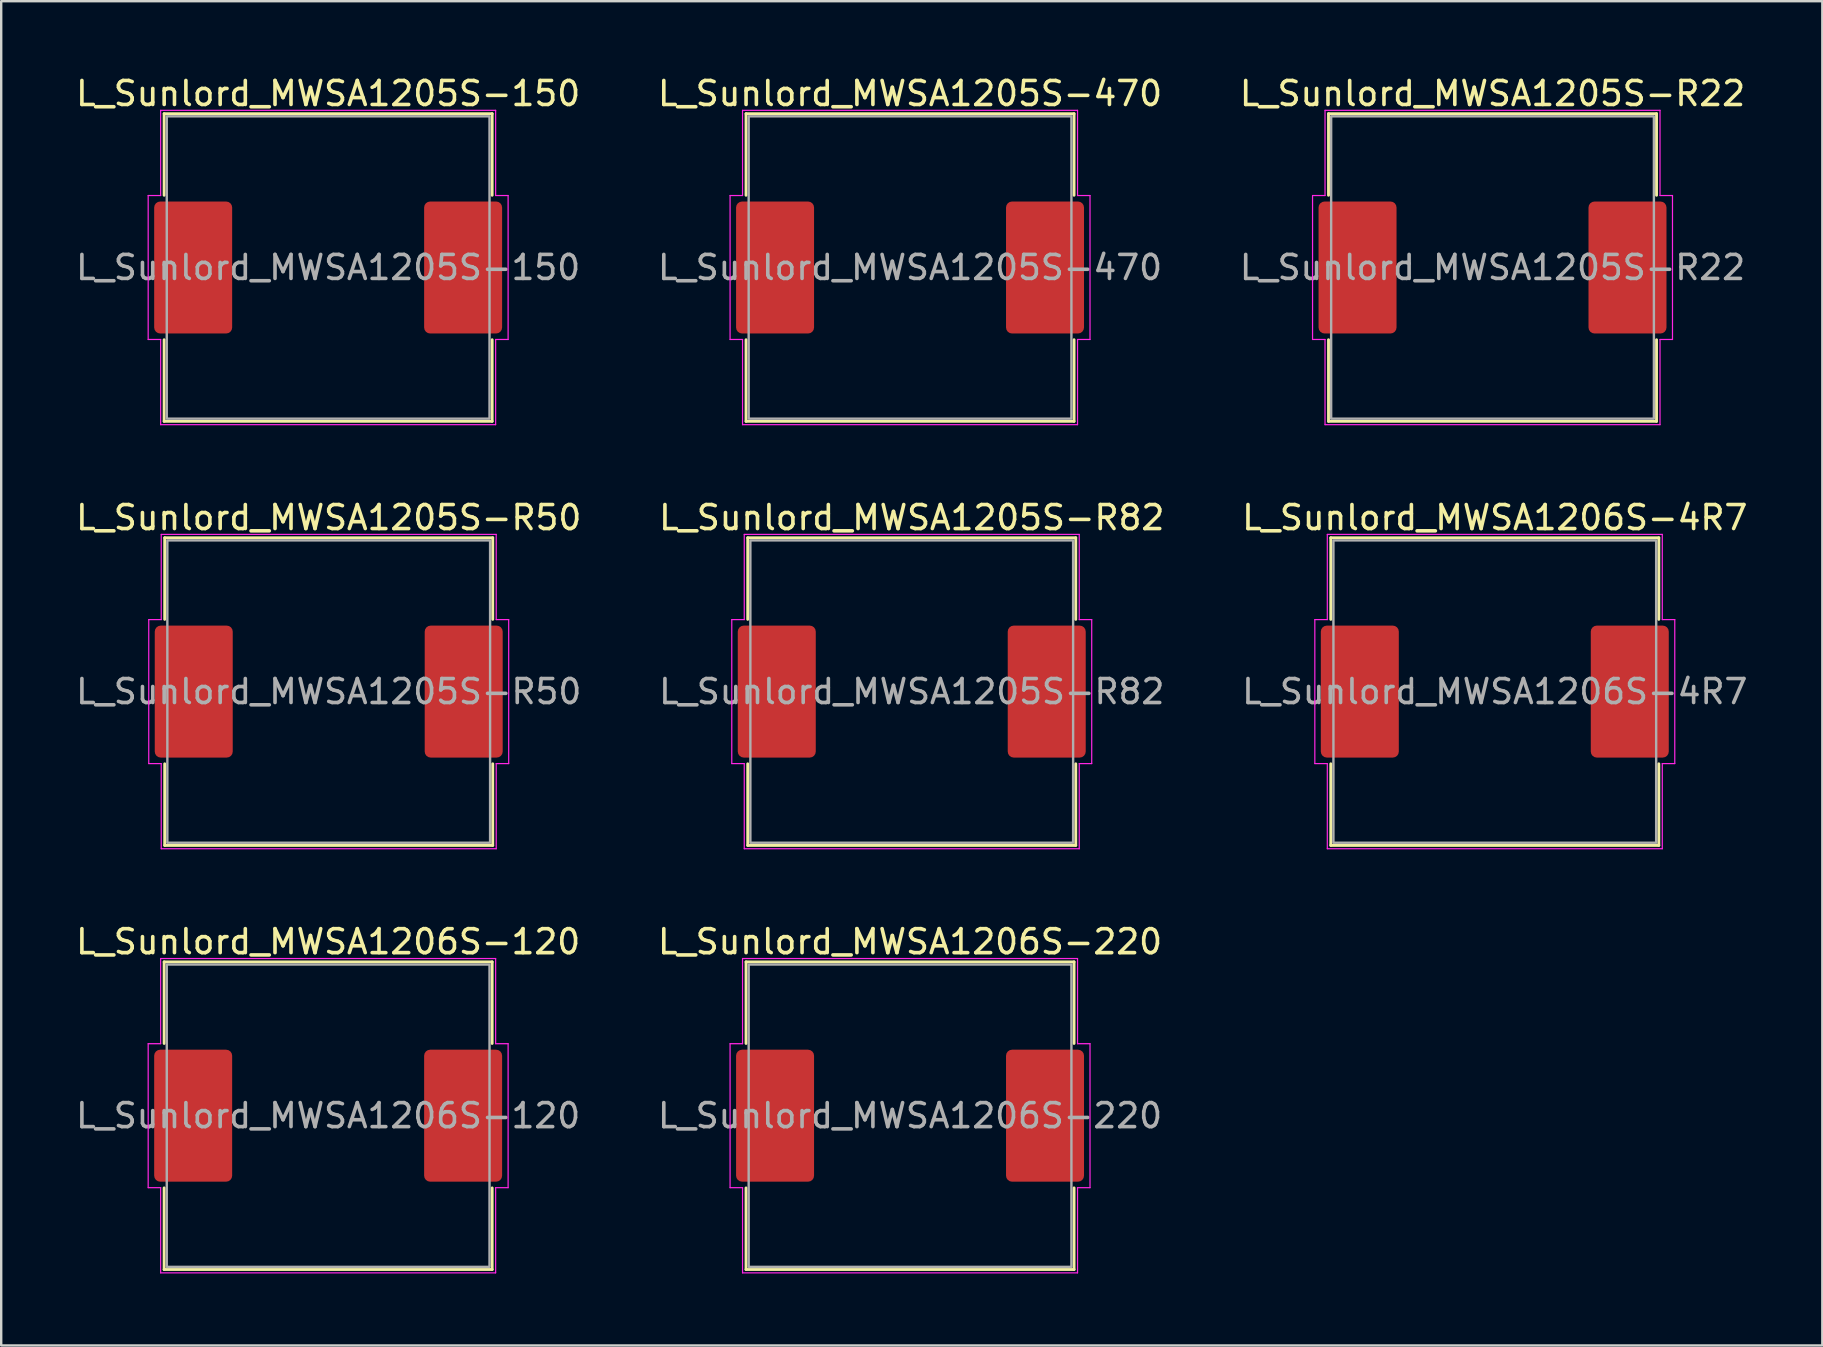
<source format=kicad_pcb>
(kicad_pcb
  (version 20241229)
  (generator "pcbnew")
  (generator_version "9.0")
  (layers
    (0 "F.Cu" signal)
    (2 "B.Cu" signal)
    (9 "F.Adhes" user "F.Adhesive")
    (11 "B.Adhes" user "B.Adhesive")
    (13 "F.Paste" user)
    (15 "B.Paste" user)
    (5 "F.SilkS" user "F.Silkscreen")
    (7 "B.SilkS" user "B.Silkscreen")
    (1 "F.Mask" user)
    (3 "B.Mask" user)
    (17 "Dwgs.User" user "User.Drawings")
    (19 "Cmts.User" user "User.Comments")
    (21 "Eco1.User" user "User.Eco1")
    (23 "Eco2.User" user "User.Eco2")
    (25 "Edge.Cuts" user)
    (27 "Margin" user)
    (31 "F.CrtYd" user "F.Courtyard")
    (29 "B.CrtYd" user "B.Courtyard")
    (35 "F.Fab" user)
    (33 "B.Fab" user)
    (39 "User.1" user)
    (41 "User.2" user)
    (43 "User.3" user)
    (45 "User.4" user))
  (footprint "L_Sunlord_MWSA1205S-150"
    (layer "F.Cu")
    (at 10.625 8.098)
    (property "Reference" "L_Sunlord_MWSA1205S-150" (at 0 -7.25 0) (layer "F.SilkS") (effects (font (size 1 1) (thickness 0.15))))
    (attr smd)
    (fp_line (start -6.835 -6.41) (end 6.835 -6.41) (stroke (width 0.12) (type solid)) (layer "F.SilkS"))
    (fp_line (start -6.835 -3.01) (end -6.835 -6.41) (stroke (width 0.12) (type solid)) (layer "F.SilkS"))
    (fp_line (start -6.835 6.41) (end -6.835 3.01) (stroke (width 0.12) (type solid)) (layer "F.SilkS"))
    (fp_line (start 6.835 -6.41) (end 6.835 -3.01) (stroke (width 0.12) (type solid)) (layer "F.SilkS"))
    (fp_line (start 6.835 3.01) (end 6.835 6.41) (stroke (width 0.12) (type solid)) (layer "F.SilkS"))
    (fp_line (start 6.835 6.41) (end -6.835 6.41) (stroke (width 0.12) (type solid)) (layer "F.SilkS"))
    (fp_line (start -7.5 -3) (end -6.98 -3) (stroke (width 0.05) (type solid)) (layer "F.CrtYd"))
    (fp_line (start -7.5 3) (end -7.5 -3) (stroke (width 0.05) (type solid)) (layer "F.CrtYd"))
    (fp_line (start -6.98 -6.55) (end 6.98 -6.55) (stroke (width 0.05) (type solid)) (layer "F.CrtYd"))
    (fp_line (start -6.98 -3) (end -6.98 -6.55) (stroke (width 0.05) (type solid)) (layer "F.CrtYd"))
    (fp_line (start -6.98 3) (end -7.5 3) (stroke (width 0.05) (type solid)) (layer "F.CrtYd"))
    (fp_line (start -6.98 6.55) (end -6.98 3) (stroke (width 0.05) (type solid)) (layer "F.CrtYd"))
    (fp_line (start 6.98 -6.55) (end 6.98 -3) (stroke (width 0.05) (type solid)) (layer "F.CrtYd"))
    (fp_line (start 6.98 -3) (end 7.5 -3) (stroke (width 0.05) (type solid)) (layer "F.CrtYd"))
    (fp_line (start 6.98 3) (end 6.98 6.55) (stroke (width 0.05) (type solid)) (layer "F.CrtYd"))
    (fp_line (start 6.98 6.55) (end -6.98 6.55) (stroke (width 0.05) (type solid)) (layer "F.CrtYd"))
    (fp_line (start 7.5 -3) (end 7.5 3) (stroke (width 0.05) (type solid)) (layer "F.CrtYd"))
    (fp_line (start 7.5 3) (end 6.98 3) (stroke (width 0.05) (type solid)) (layer "F.CrtYd"))
    (fp_rect (start -6.725 -6.3) (end 6.725 6.3) (stroke (width 0.1) (type solid)) (fill no) (layer "F.Fab"))
    (fp_text user "${REFERENCE}" (at 0 0 0) (layer "F.Fab") (effects (font (size 1 1) (thickness 0.15))))
    (pad "1" smd roundrect (at -5.625 0) (size 3.25 5.5) (layers "F.Cu" "F.Mask" "F.Paste") (roundrect_rratio 0.077))
    (pad "2" smd roundrect (at 5.625 0) (size 3.25 5.5) (layers "F.Cu" "F.Mask" "F.Paste") (roundrect_rratio 0.077)))
  (footprint "L_Sunlord_MWSA1206S-120"
    (layer "F.Cu")
    (at 10.625 43.445)
    (property "Reference" "L_Sunlord_MWSA1206S-120" (at 0 -7.25 0) (layer "F.SilkS") (effects (font (size 1 1) (thickness 0.15))))
    (attr smd)
    (fp_line (start -6.835 -6.41) (end 6.835 -6.41) (stroke (width 0.12) (type solid)) (layer "F.SilkS"))
    (fp_line (start -6.835 -3.01) (end -6.835 -6.41) (stroke (width 0.12) (type solid)) (layer "F.SilkS"))
    (fp_line (start -6.835 6.41) (end -6.835 3.01) (stroke (width 0.12) (type solid)) (layer "F.SilkS"))
    (fp_line (start 6.835 -6.41) (end 6.835 -3.01) (stroke (width 0.12) (type solid)) (layer "F.SilkS"))
    (fp_line (start 6.835 3.01) (end 6.835 6.41) (stroke (width 0.12) (type solid)) (layer "F.SilkS"))
    (fp_line (start 6.835 6.41) (end -6.835 6.41) (stroke (width 0.12) (type solid)) (layer "F.SilkS"))
    (fp_line (start -7.5 -3) (end -6.98 -3) (stroke (width 0.05) (type solid)) (layer "F.CrtYd"))
    (fp_line (start -7.5 3) (end -7.5 -3) (stroke (width 0.05) (type solid)) (layer "F.CrtYd"))
    (fp_line (start -6.98 -6.55) (end 6.98 -6.55) (stroke (width 0.05) (type solid)) (layer "F.CrtYd"))
    (fp_line (start -6.98 -3) (end -6.98 -6.55) (stroke (width 0.05) (type solid)) (layer "F.CrtYd"))
    (fp_line (start -6.98 3) (end -7.5 3) (stroke (width 0.05) (type solid)) (layer "F.CrtYd"))
    (fp_line (start -6.98 6.55) (end -6.98 3) (stroke (width 0.05) (type solid)) (layer "F.CrtYd"))
    (fp_line (start 6.98 -6.55) (end 6.98 -3) (stroke (width 0.05) (type solid)) (layer "F.CrtYd"))
    (fp_line (start 6.98 -3) (end 7.5 -3) (stroke (width 0.05) (type solid)) (layer "F.CrtYd"))
    (fp_line (start 6.98 3) (end 6.98 6.55) (stroke (width 0.05) (type solid)) (layer "F.CrtYd"))
    (fp_line (start 6.98 6.55) (end -6.98 6.55) (stroke (width 0.05) (type solid)) (layer "F.CrtYd"))
    (fp_line (start 7.5 -3) (end 7.5 3) (stroke (width 0.05) (type solid)) (layer "F.CrtYd"))
    (fp_line (start 7.5 3) (end 6.98 3) (stroke (width 0.05) (type solid)) (layer "F.CrtYd"))
    (fp_rect (start -6.725 -6.3) (end 6.725 6.3) (stroke (width 0.1) (type solid)) (fill no) (layer "F.Fab"))
    (fp_text user "${REFERENCE}" (at 0 0 0) (layer "F.Fab") (effects (font (size 1 1) (thickness 0.15))))
    (pad "1" smd roundrect (at -5.625 0) (size 3.25 5.5) (layers "F.Cu" "F.Mask" "F.Paste") (roundrect_rratio 0.077))
    (pad "2" smd roundrect (at 5.625 0) (size 3.25 5.5) (layers "F.Cu" "F.Mask" "F.Paste") (roundrect_rratio 0.077)))
  (footprint "L_Sunlord_MWSA1205S-R82"
    (layer "F.Cu")
    (at 34.946 25.771)
    (property "Reference" "L_Sunlord_MWSA1205S-R82" (at 0 -7.25 0) (layer "F.SilkS") (effects (font (size 1 1) (thickness 0.15))))
    (attr smd)
    (fp_line (start -6.835 -6.41) (end 6.835 -6.41) (stroke (width 0.12) (type solid)) (layer "F.SilkS"))
    (fp_line (start -6.835 -3.01) (end -6.835 -6.41) (stroke (width 0.12) (type solid)) (layer "F.SilkS"))
    (fp_line (start -6.835 6.41) (end -6.835 3.01) (stroke (width 0.12) (type solid)) (layer "F.SilkS"))
    (fp_line (start 6.835 -6.41) (end 6.835 -3.01) (stroke (width 0.12) (type solid)) (layer "F.SilkS"))
    (fp_line (start 6.835 3.01) (end 6.835 6.41) (stroke (width 0.12) (type solid)) (layer "F.SilkS"))
    (fp_line (start 6.835 6.41) (end -6.835 6.41) (stroke (width 0.12) (type solid)) (layer "F.SilkS"))
    (fp_line (start -7.5 -3) (end -6.98 -3) (stroke (width 0.05) (type solid)) (layer "F.CrtYd"))
    (fp_line (start -7.5 3) (end -7.5 -3) (stroke (width 0.05) (type solid)) (layer "F.CrtYd"))
    (fp_line (start -6.98 -6.55) (end 6.98 -6.55) (stroke (width 0.05) (type solid)) (layer "F.CrtYd"))
    (fp_line (start -6.98 -3) (end -6.98 -6.55) (stroke (width 0.05) (type solid)) (layer "F.CrtYd"))
    (fp_line (start -6.98 3) (end -7.5 3) (stroke (width 0.05) (type solid)) (layer "F.CrtYd"))
    (fp_line (start -6.98 6.55) (end -6.98 3) (stroke (width 0.05) (type solid)) (layer "F.CrtYd"))
    (fp_line (start 6.98 -6.55) (end 6.98 -3) (stroke (width 0.05) (type solid)) (layer "F.CrtYd"))
    (fp_line (start 6.98 -3) (end 7.5 -3) (stroke (width 0.05) (type solid)) (layer "F.CrtYd"))
    (fp_line (start 6.98 3) (end 6.98 6.55) (stroke (width 0.05) (type solid)) (layer "F.CrtYd"))
    (fp_line (start 6.98 6.55) (end -6.98 6.55) (stroke (width 0.05) (type solid)) (layer "F.CrtYd"))
    (fp_line (start 7.5 -3) (end 7.5 3) (stroke (width 0.05) (type solid)) (layer "F.CrtYd"))
    (fp_line (start 7.5 3) (end 6.98 3) (stroke (width 0.05) (type solid)) (layer "F.CrtYd"))
    (fp_rect (start -6.725 -6.3) (end 6.725 6.3) (stroke (width 0.1) (type solid)) (fill no) (layer "F.Fab"))
    (fp_text user "${REFERENCE}" (at 0 0 0) (layer "F.Fab") (effects (font (size 1 1) (thickness 0.15))))
    (pad "1" smd roundrect (at -5.625 0) (size 3.25 5.5) (layers "F.Cu" "F.Mask" "F.Paste") (roundrect_rratio 0.077))
    (pad "2" smd roundrect (at 5.625 0) (size 3.25 5.5) (layers "F.Cu" "F.Mask" "F.Paste") (roundrect_rratio 0.077)))
  (footprint "L_Sunlord_MWSA1205S-R22"
    (layer "F.Cu")
    (at 59.149 8.098)
    (property "Reference" "L_Sunlord_MWSA1205S-R22" (at 0 -7.25 0) (layer "F.SilkS") (effects (font (size 1 1) (thickness 0.15))))
    (attr smd)
    (fp_line (start -6.835 -6.41) (end 6.835 -6.41) (stroke (width 0.12) (type solid)) (layer "F.SilkS"))
    (fp_line (start -6.835 -3.01) (end -6.835 -6.41) (stroke (width 0.12) (type solid)) (layer "F.SilkS"))
    (fp_line (start -6.835 6.41) (end -6.835 3.01) (stroke (width 0.12) (type solid)) (layer "F.SilkS"))
    (fp_line (start 6.835 -6.41) (end 6.835 -3.01) (stroke (width 0.12) (type solid)) (layer "F.SilkS"))
    (fp_line (start 6.835 3.01) (end 6.835 6.41) (stroke (width 0.12) (type solid)) (layer "F.SilkS"))
    (fp_line (start 6.835 6.41) (end -6.835 6.41) (stroke (width 0.12) (type solid)) (layer "F.SilkS"))
    (fp_line (start -7.5 -3) (end -6.98 -3) (stroke (width 0.05) (type solid)) (layer "F.CrtYd"))
    (fp_line (start -7.5 3) (end -7.5 -3) (stroke (width 0.05) (type solid)) (layer "F.CrtYd"))
    (fp_line (start -6.98 -6.55) (end 6.98 -6.55) (stroke (width 0.05) (type solid)) (layer "F.CrtYd"))
    (fp_line (start -6.98 -3) (end -6.98 -6.55) (stroke (width 0.05) (type solid)) (layer "F.CrtYd"))
    (fp_line (start -6.98 3) (end -7.5 3) (stroke (width 0.05) (type solid)) (layer "F.CrtYd"))
    (fp_line (start -6.98 6.55) (end -6.98 3) (stroke (width 0.05) (type solid)) (layer "F.CrtYd"))
    (fp_line (start 6.98 -6.55) (end 6.98 -3) (stroke (width 0.05) (type solid)) (layer "F.CrtYd"))
    (fp_line (start 6.98 -3) (end 7.5 -3) (stroke (width 0.05) (type solid)) (layer "F.CrtYd"))
    (fp_line (start 6.98 3) (end 6.98 6.55) (stroke (width 0.05) (type solid)) (layer "F.CrtYd"))
    (fp_line (start 6.98 6.55) (end -6.98 6.55) (stroke (width 0.05) (type solid)) (layer "F.CrtYd"))
    (fp_line (start 7.5 -3) (end 7.5 3) (stroke (width 0.05) (type solid)) (layer "F.CrtYd"))
    (fp_line (start 7.5 3) (end 6.98 3) (stroke (width 0.05) (type solid)) (layer "F.CrtYd"))
    (fp_rect (start -6.725 -6.3) (end 6.725 6.3) (stroke (width 0.1) (type solid)) (fill no) (layer "F.Fab"))
    (fp_text user "${REFERENCE}" (at 0 0 0) (layer "F.Fab") (effects (font (size 1 1) (thickness 0.15))))
    (pad "1" smd roundrect (at -5.625 0) (size 3.25 5.5) (layers "F.Cu" "F.Mask" "F.Paste") (roundrect_rratio 0.077))
    (pad "2" smd roundrect (at 5.625 0) (size 3.25 5.5) (layers "F.Cu" "F.Mask" "F.Paste") (roundrect_rratio 0.077)))
  (footprint "L_Sunlord_MWSA1205S-R50"
    (layer "F.Cu")
    (at 10.649 25.771)
    (property "Reference" "L_Sunlord_MWSA1205S-R50" (at 0 -7.25 0) (layer "F.SilkS") (effects (font (size 1 1) (thickness 0.15))))
    (attr smd)
    (fp_line (start -6.835 -6.41) (end 6.835 -6.41) (stroke (width 0.12) (type solid)) (layer "F.SilkS"))
    (fp_line (start -6.835 -3.01) (end -6.835 -6.41) (stroke (width 0.12) (type solid)) (layer "F.SilkS"))
    (fp_line (start -6.835 6.41) (end -6.835 3.01) (stroke (width 0.12) (type solid)) (layer "F.SilkS"))
    (fp_line (start 6.835 -6.41) (end 6.835 -3.01) (stroke (width 0.12) (type solid)) (layer "F.SilkS"))
    (fp_line (start 6.835 3.01) (end 6.835 6.41) (stroke (width 0.12) (type solid)) (layer "F.SilkS"))
    (fp_line (start 6.835 6.41) (end -6.835 6.41) (stroke (width 0.12) (type solid)) (layer "F.SilkS"))
    (fp_line (start -7.5 -3) (end -6.98 -3) (stroke (width 0.05) (type solid)) (layer "F.CrtYd"))
    (fp_line (start -7.5 3) (end -7.5 -3) (stroke (width 0.05) (type solid)) (layer "F.CrtYd"))
    (fp_line (start -6.98 -6.55) (end 6.98 -6.55) (stroke (width 0.05) (type solid)) (layer "F.CrtYd"))
    (fp_line (start -6.98 -3) (end -6.98 -6.55) (stroke (width 0.05) (type solid)) (layer "F.CrtYd"))
    (fp_line (start -6.98 3) (end -7.5 3) (stroke (width 0.05) (type solid)) (layer "F.CrtYd"))
    (fp_line (start -6.98 6.55) (end -6.98 3) (stroke (width 0.05) (type solid)) (layer "F.CrtYd"))
    (fp_line (start 6.98 -6.55) (end 6.98 -3) (stroke (width 0.05) (type solid)) (layer "F.CrtYd"))
    (fp_line (start 6.98 -3) (end 7.5 -3) (stroke (width 0.05) (type solid)) (layer "F.CrtYd"))
    (fp_line (start 6.98 3) (end 6.98 6.55) (stroke (width 0.05) (type solid)) (layer "F.CrtYd"))
    (fp_line (start 6.98 6.55) (end -6.98 6.55) (stroke (width 0.05) (type solid)) (layer "F.CrtYd"))
    (fp_line (start 7.5 -3) (end 7.5 3) (stroke (width 0.05) (type solid)) (layer "F.CrtYd"))
    (fp_line (start 7.5 3) (end 6.98 3) (stroke (width 0.05) (type solid)) (layer "F.CrtYd"))
    (fp_rect (start -6.725 -6.3) (end 6.725 6.3) (stroke (width 0.1) (type solid)) (fill no) (layer "F.Fab"))
    (fp_text user "${REFERENCE}" (at 0 0 0) (layer "F.Fab") (effects (font (size 1 1) (thickness 0.15))))
    (pad "1" smd roundrect (at -5.625 0) (size 3.25 5.5) (layers "F.Cu" "F.Mask" "F.Paste") (roundrect_rratio 0.077))
    (pad "2" smd roundrect (at 5.625 0) (size 3.25 5.5) (layers "F.Cu" "F.Mask" "F.Paste") (roundrect_rratio 0.077)))
  (footprint "L_Sunlord_MWSA1206S-220"
    (layer "F.Cu")
    (at 34.875 43.445)
    (property "Reference" "L_Sunlord_MWSA1206S-220" (at 0 -7.25 0) (layer "F.SilkS") (effects (font (size 1 1) (thickness 0.15))))
    (attr smd)
    (fp_line (start -6.835 -6.41) (end 6.835 -6.41) (stroke (width 0.12) (type solid)) (layer "F.SilkS"))
    (fp_line (start -6.835 -3.01) (end -6.835 -6.41) (stroke (width 0.12) (type solid)) (layer "F.SilkS"))
    (fp_line (start -6.835 6.41) (end -6.835 3.01) (stroke (width 0.12) (type solid)) (layer "F.SilkS"))
    (fp_line (start 6.835 -6.41) (end 6.835 -3.01) (stroke (width 0.12) (type solid)) (layer "F.SilkS"))
    (fp_line (start 6.835 3.01) (end 6.835 6.41) (stroke (width 0.12) (type solid)) (layer "F.SilkS"))
    (fp_line (start 6.835 6.41) (end -6.835 6.41) (stroke (width 0.12) (type solid)) (layer "F.SilkS"))
    (fp_line (start -7.5 -3) (end -6.98 -3) (stroke (width 0.05) (type solid)) (layer "F.CrtYd"))
    (fp_line (start -7.5 3) (end -7.5 -3) (stroke (width 0.05) (type solid)) (layer "F.CrtYd"))
    (fp_line (start -6.98 -6.55) (end 6.98 -6.55) (stroke (width 0.05) (type solid)) (layer "F.CrtYd"))
    (fp_line (start -6.98 -3) (end -6.98 -6.55) (stroke (width 0.05) (type solid)) (layer "F.CrtYd"))
    (fp_line (start -6.98 3) (end -7.5 3) (stroke (width 0.05) (type solid)) (layer "F.CrtYd"))
    (fp_line (start -6.98 6.55) (end -6.98 3) (stroke (width 0.05) (type solid)) (layer "F.CrtYd"))
    (fp_line (start 6.98 -6.55) (end 6.98 -3) (stroke (width 0.05) (type solid)) (layer "F.CrtYd"))
    (fp_line (start 6.98 -3) (end 7.5 -3) (stroke (width 0.05) (type solid)) (layer "F.CrtYd"))
    (fp_line (start 6.98 3) (end 6.98 6.55) (stroke (width 0.05) (type solid)) (layer "F.CrtYd"))
    (fp_line (start 6.98 6.55) (end -6.98 6.55) (stroke (width 0.05) (type solid)) (layer "F.CrtYd"))
    (fp_line (start 7.5 -3) (end 7.5 3) (stroke (width 0.05) (type solid)) (layer "F.CrtYd"))
    (fp_line (start 7.5 3) (end 6.98 3) (stroke (width 0.05) (type solid)) (layer "F.CrtYd"))
    (fp_rect (start -6.725 -6.3) (end 6.725 6.3) (stroke (width 0.1) (type solid)) (fill no) (layer "F.Fab"))
    (fp_text user "${REFERENCE}" (at 0 0 0) (layer "F.Fab") (effects (font (size 1 1) (thickness 0.15))))
    (pad "1" smd roundrect (at -5.625 0) (size 3.25 5.5) (layers "F.Cu" "F.Mask" "F.Paste") (roundrect_rratio 0.077))
    (pad "2" smd roundrect (at 5.625 0) (size 3.25 5.5) (layers "F.Cu" "F.Mask" "F.Paste") (roundrect_rratio 0.077)))
  (footprint "L_Sunlord_MWSA1206S-4R7"
    (layer "F.Cu")
    (at 59.244 25.771)
    (property "Reference" "L_Sunlord_MWSA1206S-4R7" (at 0 -7.25 0) (layer "F.SilkS") (effects (font (size 1 1) (thickness 0.15))))
    (attr smd)
    (fp_line (start -6.835 -6.41) (end 6.835 -6.41) (stroke (width 0.12) (type solid)) (layer "F.SilkS"))
    (fp_line (start -6.835 -3.01) (end -6.835 -6.41) (stroke (width 0.12) (type solid)) (layer "F.SilkS"))
    (fp_line (start -6.835 6.41) (end -6.835 3.01) (stroke (width 0.12) (type solid)) (layer "F.SilkS"))
    (fp_line (start 6.835 -6.41) (end 6.835 -3.01) (stroke (width 0.12) (type solid)) (layer "F.SilkS"))
    (fp_line (start 6.835 3.01) (end 6.835 6.41) (stroke (width 0.12) (type solid)) (layer "F.SilkS"))
    (fp_line (start 6.835 6.41) (end -6.835 6.41) (stroke (width 0.12) (type solid)) (layer "F.SilkS"))
    (fp_line (start -7.5 -3) (end -6.98 -3) (stroke (width 0.05) (type solid)) (layer "F.CrtYd"))
    (fp_line (start -7.5 3) (end -7.5 -3) (stroke (width 0.05) (type solid)) (layer "F.CrtYd"))
    (fp_line (start -6.98 -6.55) (end 6.98 -6.55) (stroke (width 0.05) (type solid)) (layer "F.CrtYd"))
    (fp_line (start -6.98 -3) (end -6.98 -6.55) (stroke (width 0.05) (type solid)) (layer "F.CrtYd"))
    (fp_line (start -6.98 3) (end -7.5 3) (stroke (width 0.05) (type solid)) (layer "F.CrtYd"))
    (fp_line (start -6.98 6.55) (end -6.98 3) (stroke (width 0.05) (type solid)) (layer "F.CrtYd"))
    (fp_line (start 6.98 -6.55) (end 6.98 -3) (stroke (width 0.05) (type solid)) (layer "F.CrtYd"))
    (fp_line (start 6.98 -3) (end 7.5 -3) (stroke (width 0.05) (type solid)) (layer "F.CrtYd"))
    (fp_line (start 6.98 3) (end 6.98 6.55) (stroke (width 0.05) (type solid)) (layer "F.CrtYd"))
    (fp_line (start 6.98 6.55) (end -6.98 6.55) (stroke (width 0.05) (type solid)) (layer "F.CrtYd"))
    (fp_line (start 7.5 -3) (end 7.5 3) (stroke (width 0.05) (type solid)) (layer "F.CrtYd"))
    (fp_line (start 7.5 3) (end 6.98 3) (stroke (width 0.05) (type solid)) (layer "F.CrtYd"))
    (fp_rect (start -6.725 -6.3) (end 6.725 6.3) (stroke (width 0.1) (type solid)) (fill no) (layer "F.Fab"))
    (fp_text user "${REFERENCE}" (at 0 0 0) (layer "F.Fab") (effects (font (size 1 1) (thickness 0.15))))
    (pad "1" smd roundrect (at -5.625 0) (size 3.25 5.5) (layers "F.Cu" "F.Mask" "F.Paste") (roundrect_rratio 0.077))
    (pad "2" smd roundrect (at 5.625 0) (size 3.25 5.5) (layers "F.Cu" "F.Mask" "F.Paste") (roundrect_rratio 0.077)))
  (footprint "L_Sunlord_MWSA1205S-470"
    (layer "F.Cu")
    (at 34.875 8.098)
    (property "Reference" "L_Sunlord_MWSA1205S-470" (at 0 -7.25 0) (layer "F.SilkS") (effects (font (size 1 1) (thickness 0.15))))
    (attr smd)
    (fp_line (start -6.835 -6.41) (end 6.835 -6.41) (stroke (width 0.12) (type solid)) (layer "F.SilkS"))
    (fp_line (start -6.835 -3.01) (end -6.835 -6.41) (stroke (width 0.12) (type solid)) (layer "F.SilkS"))
    (fp_line (start -6.835 6.41) (end -6.835 3.01) (stroke (width 0.12) (type solid)) (layer "F.SilkS"))
    (fp_line (start 6.835 -6.41) (end 6.835 -3.01) (stroke (width 0.12) (type solid)) (layer "F.SilkS"))
    (fp_line (start 6.835 3.01) (end 6.835 6.41) (stroke (width 0.12) (type solid)) (layer "F.SilkS"))
    (fp_line (start 6.835 6.41) (end -6.835 6.41) (stroke (width 0.12) (type solid)) (layer "F.SilkS"))
    (fp_line (start -7.5 -3) (end -6.98 -3) (stroke (width 0.05) (type solid)) (layer "F.CrtYd"))
    (fp_line (start -7.5 3) (end -7.5 -3) (stroke (width 0.05) (type solid)) (layer "F.CrtYd"))
    (fp_line (start -6.98 -6.55) (end 6.98 -6.55) (stroke (width 0.05) (type solid)) (layer "F.CrtYd"))
    (fp_line (start -6.98 -3) (end -6.98 -6.55) (stroke (width 0.05) (type solid)) (layer "F.CrtYd"))
    (fp_line (start -6.98 3) (end -7.5 3) (stroke (width 0.05) (type solid)) (layer "F.CrtYd"))
    (fp_line (start -6.98 6.55) (end -6.98 3) (stroke (width 0.05) (type solid)) (layer "F.CrtYd"))
    (fp_line (start 6.98 -6.55) (end 6.98 -3) (stroke (width 0.05) (type solid)) (layer "F.CrtYd"))
    (fp_line (start 6.98 -3) (end 7.5 -3) (stroke (width 0.05) (type solid)) (layer "F.CrtYd"))
    (fp_line (start 6.98 3) (end 6.98 6.55) (stroke (width 0.05) (type solid)) (layer "F.CrtYd"))
    (fp_line (start 6.98 6.55) (end -6.98 6.55) (stroke (width 0.05) (type solid)) (layer "F.CrtYd"))
    (fp_line (start 7.5 -3) (end 7.5 3) (stroke (width 0.05) (type solid)) (layer "F.CrtYd"))
    (fp_line (start 7.5 3) (end 6.98 3) (stroke (width 0.05) (type solid)) (layer "F.CrtYd"))
    (fp_rect (start -6.725 -6.3) (end 6.725 6.3) (stroke (width 0.1) (type solid)) (fill no) (layer "F.Fab"))
    (fp_text user "${REFERENCE}" (at 0 0 0) (layer "F.Fab") (effects (font (size 1 1) (thickness 0.15))))
    (pad "1" smd roundrect (at -5.625 0) (size 3.25 5.5) (layers "F.Cu" "F.Mask" "F.Paste") (roundrect_rratio 0.077))
    (pad "2" smd roundrect (at 5.625 0) (size 3.25 5.5) (layers "F.Cu" "F.Mask" "F.Paste") (roundrect_rratio 0.077)))
  (gr_rect
    (start -3 -3)
    (end 72.893 53.02)
    (stroke (width 0.1) (type default))
    (fill no)
    (layer "Edge.Cuts")))
</source>
